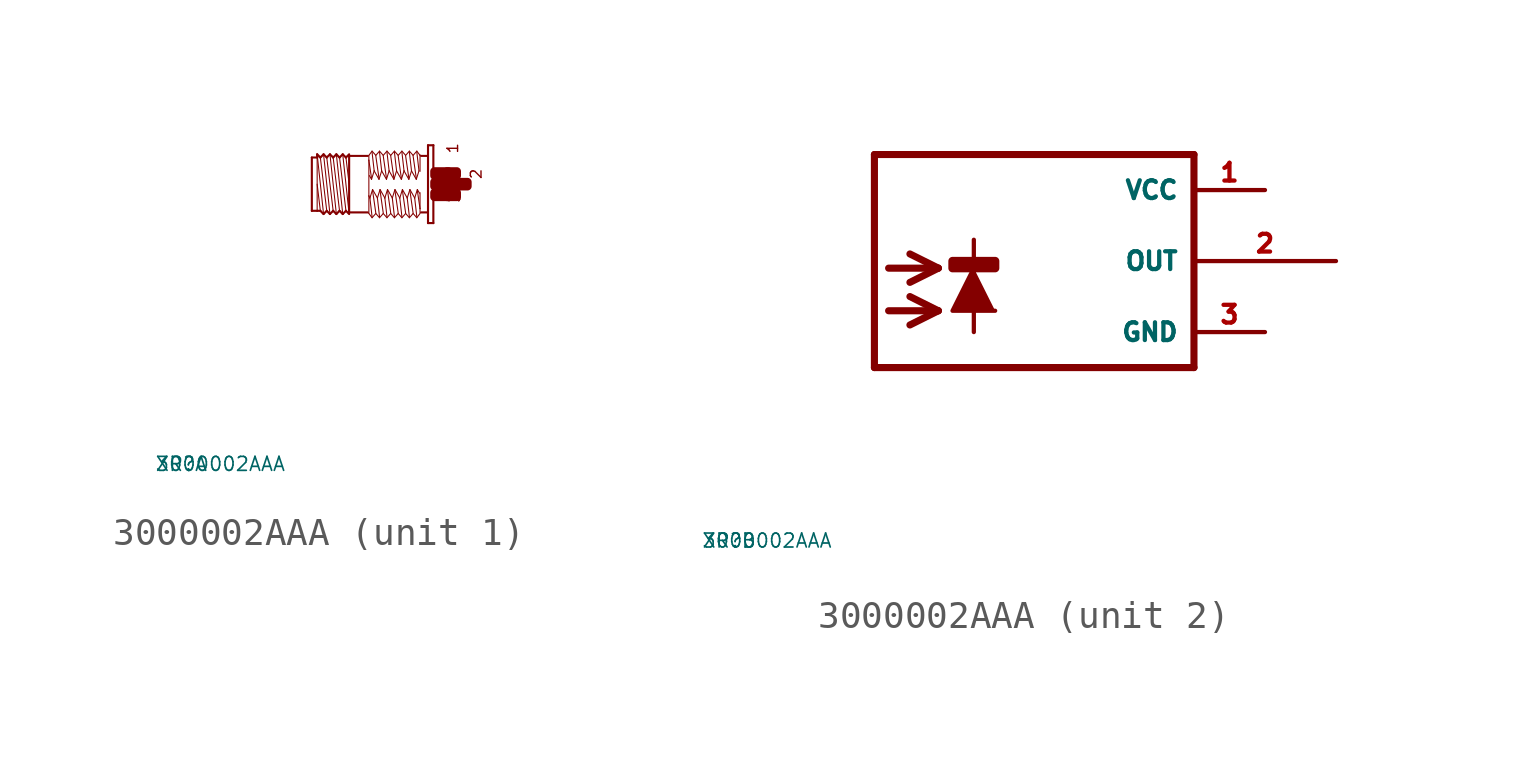
<source format=kicad_sym>
(kicad_symbol_lib
  (version 20220914)
  (generator Eagle2Kicad)
  (symbol "3000002AAA"
    (property "Reference" "XR"
      (at -10 -10 0)
      (effects (font (size 0.5 0.5) (thickness 0.06)) (justify left)))
    (property "Value" "3000002AAA"
      (at -10 -10 0)
      (effects (font (size 0.5 0.5) (thickness 0.06)) (justify left)))
    (symbol "3000002AAA_1_0"
      (polyline (pts (xy -3.048 -1.067) (xy -3.277 1.067)) (stroke (width 0.038) (type default)) (fill (type none)))
      (polyline (pts (xy -3.162 0.953) (xy -3.048 0)) (stroke (width 0.038) (type default)) (fill (type none)))
      (polyline (pts (xy -3.162 -0.953) (xy -3.391 0.953)) (stroke (width 0.038) (type default)) (fill (type none)))
      (polyline (pts (xy -3.277 -1.067) (xy -3.505 1.067)) (stroke (width 0.038) (type default)) (fill (type none)))
      (polyline (pts (xy -3.391 -0.953) (xy -3.619 0.953)) (stroke (width 0.038) (type default)) (fill (type none)))
      (polyline (pts (xy -3.505 -1.067) (xy -3.734 1.067)) (stroke (width 0.038) (type default)) (fill (type none)))
      (polyline (pts (xy -3.619 -0.953) (xy -3.848 0.953)) (stroke (width 0.038) (type default)) (fill (type none)))
      (polyline (pts (xy -3.734 -1.067) (xy -3.962 1.067)) (stroke (width 0.038) (type default)) (fill (type none)))
      (polyline (pts (xy -3.848 -0.953) (xy -4.077 0.953)) (stroke (width 0.038) (type default)) (fill (type none)))
      (polyline (pts (xy -3.962 -1.067) (xy -4.191 1.067)) (stroke (width 0.038) (type default)) (fill (type none)))
      (polyline (pts (xy -4.191 0) (xy -4.077 -0.953)) (stroke (width 0.038) (type default)) (fill (type none)))
      (polyline (pts (xy -4.191 1.029) (xy -4.191 0.953)) (stroke (width 0.038) (type default)) (fill (type none)))
      (polyline (pts (xy -4.191 0.953) (xy -4.191 -0.953)) (stroke (width 0.038) (type default)) (fill (type none)))
      (polyline (pts (xy -4.381 -0.953) (xy -4.381 0.953)) (stroke (width 0.076) (type default)) (fill (type none)))
      (polyline (pts (xy -4.381 0.953) (xy -4.191 0.953)) (stroke (width 0.076) (type default)) (fill (type none)))
      (polyline (pts (xy -4.191 0.953) (xy -4.191 1.067)) (stroke (width 0.076) (type default)) (fill (type none)))
      (polyline (pts (xy -4.191 1.067) (xy -4.077 0.953)) (stroke (width 0.076) (type default)) (fill (type none)))
      (polyline (pts (xy -4.077 0.953) (xy -3.962 1.067)) (stroke (width 0.076) (type default)) (fill (type none)))
      (polyline (pts (xy -3.962 1.067) (xy -3.848 0.953)) (stroke (width 0.076) (type default)) (fill (type none)))
      (polyline (pts (xy -3.848 0.953) (xy -3.734 1.067)) (stroke (width 0.076) (type default)) (fill (type none)))
      (polyline (pts (xy -3.734 1.067) (xy -3.619 0.953)) (stroke (width 0.076) (type default)) (fill (type none)))
      (polyline (pts (xy -3.619 0.953) (xy -3.505 1.067)) (stroke (width 0.076) (type default)) (fill (type none)))
      (polyline (pts (xy -3.277 1.067) (xy -3.162 0.953)) (stroke (width 0.076) (type default)) (fill (type none)))
      (polyline (pts (xy -3.162 0.953) (xy -3.048 1.067)) (stroke (width 0.076) (type default)) (fill (type none)))
      (polyline (pts (xy -3.048 -1.067) (xy -3.162 -0.953)) (stroke (width 0.076) (type default)) (fill (type none)))
      (polyline (pts (xy -3.162 -0.953) (xy -3.277 -1.067)) (stroke (width 0.076) (type default)) (fill (type none)))
      (polyline (pts (xy -3.277 -1.067) (xy -3.391 -0.953)) (stroke (width 0.076) (type default)) (fill (type none)))
      (polyline (pts (xy -3.391 -0.953) (xy -3.505 -1.067)) (stroke (width 0.076) (type default)) (fill (type none)))
      (polyline (pts (xy -3.505 -1.067) (xy -3.619 -0.953)) (stroke (width 0.076) (type default)) (fill (type none)))
      (polyline (pts (xy -3.619 -0.953) (xy -3.734 -1.067)) (stroke (width 0.076) (type default)) (fill (type none)))
      (polyline (pts (xy -3.734 -1.067) (xy -3.848 -0.953)) (stroke (width 0.076) (type default)) (fill (type none)))
      (polyline (pts (xy -3.848 -0.953) (xy -3.962 -1.067)) (stroke (width 0.076) (type default)) (fill (type none)))
      (polyline (pts (xy -3.962 -1.067) (xy -4.077 -0.953)) (stroke (width 0.076) (type default)) (fill (type none)))
      (polyline (pts (xy -4.077 -0.953) (xy -4.191 -0.953)) (stroke (width 0.076) (type default)) (fill (type none)))
      (polyline (pts (xy -4.191 -0.953) (xy -4.381 -0.953)) (stroke (width 0.076) (type default)) (fill (type none)))
      (polyline (pts (xy -3.048 1.029) (xy -3.048 1.01)) (stroke (width 0.076) (type default)) (fill (type none)))
      (polyline (pts (xy -3.048 1.01) (xy -3.048 -1.01)) (stroke (width 0.076) (type default)) (fill (type none)))
      (polyline (pts (xy -3.048 -1.01) (xy -3.048 -1.029)) (stroke (width 0.076) (type default)) (fill (type none)))
      (polyline (pts (xy -0.038 1.391) (xy -0.038 -1.391)) (stroke (width 0.076) (type default)) (fill (type none)))
      (polyline (pts (xy -0.038 -1.391) (xy -0.229 -1.391)) (stroke (width 0.076) (type default)) (fill (type none)))
      (polyline (pts (xy -0.229 -1.391) (xy -0.229 1.391)) (stroke (width 0.076) (type default)) (fill (type none)))
      (polyline (pts (xy -0.229 1.391) (xy -0.038 1.391)) (stroke (width 0.076) (type default)) (fill (type none)))
      (polyline (pts (xy -0.267 1.01) (xy -0.476 1.01)) (stroke (width 0.076) (type default)) (fill (type none)))
      (polyline (pts (xy -0.267 -1.01) (xy -0.476 -1.01)) (stroke (width 0.076) (type default)) (fill (type none)))
      (polyline (pts (xy -2.381 -1.01) (xy -3.048 -1.01)) (stroke (width 0.076) (type default)) (fill (type none)))
      (polyline (pts (xy -3.048 1.01) (xy -2.381 1.01)) (stroke (width 0.076) (type default)) (fill (type none)))
      (polyline (pts (xy -0.514 -1.048) (xy -0.629 -1.2)) (stroke (width 0.038) (type default)) (fill (type none)))
      (polyline (pts (xy -0.629 -1.2) (xy -0.762 -1.048)) (stroke (width 0.038) (type default)) (fill (type none)))
      (polyline (pts (xy -0.762 -1.048) (xy -0.895 -1.2)) (stroke (width 0.038) (type default)) (fill (type none)))
      (polyline (pts (xy -0.895 -1.2) (xy -1.029 -1.048)) (stroke (width 0.038) (type default)) (fill (type none)))
      (polyline (pts (xy -1.029 -1.048) (xy -1.162 -1.2)) (stroke (width 0.038) (type default)) (fill (type none)))
      (polyline (pts (xy -1.162 -1.2) (xy -1.295 -1.048)) (stroke (width 0.038) (type default)) (fill (type none)))
      (polyline (pts (xy -1.295 -1.048) (xy -1.429 -1.2)) (stroke (width 0.038) (type default)) (fill (type none)))
      (polyline (pts (xy -1.429 -1.2) (xy -1.562 -1.048)) (stroke (width 0.038) (type default)) (fill (type none)))
      (polyline (pts (xy -1.562 -1.048) (xy -1.696 -1.2)) (stroke (width 0.038) (type default)) (fill (type none)))
      (polyline (pts (xy -1.696 -1.2) (xy -1.829 -1.048)) (stroke (width 0.038) (type default)) (fill (type none)))
      (polyline (pts (xy -1.829 -1.048) (xy -1.962 -1.2)) (stroke (width 0.038) (type default)) (fill (type none)))
      (polyline (pts (xy -1.962 -1.2) (xy -2.095 -1.048)) (stroke (width 0.038) (type default)) (fill (type none)))
      (polyline (pts (xy -2.095 -1.048) (xy -2.229 -1.2)) (stroke (width 0.038) (type default)) (fill (type none)))
      (polyline (pts (xy -2.229 -1.2) (xy -2.343 -1.048)) (stroke (width 0.038) (type default)) (fill (type none)))
      (polyline (pts (xy -2.343 -1.048) (xy -2.343 -0.419)) (stroke (width 0.038) (type default)) (fill (type none)))
      (polyline (pts (xy -2.343 -0.419) (xy -2.343 0.857)) (stroke (width 0.038) (type default)) (fill (type none)))
      (polyline (pts (xy -2.343 0.857) (xy -2.343 1.029)) (stroke (width 0.038) (type default)) (fill (type none)))
      (polyline (pts (xy -0.514 1.048) (xy -0.514 1.029)) (stroke (width 0.038) (type default)) (fill (type none)))
      (polyline (pts (xy -0.514 1.029) (xy -0.514 0.457)) (stroke (width 0.038) (type default)) (fill (type none)))
      (polyline (pts (xy -0.514 -0.305) (xy -0.514 -0.876)) (stroke (width 0.038) (type default)) (fill (type none)))
      (polyline (pts (xy -0.514 -0.876) (xy -0.514 -1.029)) (stroke (width 0.038) (type default)) (fill (type none)))
      (polyline (pts (xy -0.533 -0.324) (xy -0.61 -0.191)) (stroke (width 0.038) (type default)) (fill (type none)))
      (polyline (pts (xy -0.61 -0.191) (xy -0.705 -0.495)) (stroke (width 0.038) (type default)) (fill (type none)))
      (polyline (pts (xy -0.705 -0.495) (xy -0.876 -0.191)) (stroke (width 0.038) (type default)) (fill (type none)))
      (polyline (pts (xy -0.876 -0.191) (xy -0.972 -0.495)) (stroke (width 0.038) (type default)) (fill (type none)))
      (polyline (pts (xy -0.972 -0.495) (xy -1.143 -0.191)) (stroke (width 0.038) (type default)) (fill (type none)))
      (polyline (pts (xy -1.143 -0.191) (xy -1.238 -0.495)) (stroke (width 0.038) (type default)) (fill (type none)))
      (polyline (pts (xy -1.238 -0.495) (xy -1.41 -0.191)) (stroke (width 0.038) (type default)) (fill (type none)))
      (polyline (pts (xy -1.41 -0.191) (xy -1.505 -0.495)) (stroke (width 0.038) (type default)) (fill (type none)))
      (polyline (pts (xy -1.505 -0.495) (xy -1.676 -0.191)) (stroke (width 0.038) (type default)) (fill (type none)))
      (polyline (pts (xy -1.676 -0.191) (xy -1.772 -0.495)) (stroke (width 0.038) (type default)) (fill (type none)))
      (polyline (pts (xy -1.772 -0.495) (xy -1.943 -0.191)) (stroke (width 0.038) (type default)) (fill (type none)))
      (polyline (pts (xy -1.943 -0.191) (xy -2.038 -0.495)) (stroke (width 0.038) (type default)) (fill (type none)))
      (polyline (pts (xy -2.038 -0.495) (xy -2.21 -0.191)) (stroke (width 0.038) (type default)) (fill (type none)))
      (polyline (pts (xy -2.21 -0.191) (xy -2.305 -0.495)) (stroke (width 0.038) (type default)) (fill (type none)))
      (polyline (pts (xy -2.305 -0.495) (xy -2.343 -0.419)) (stroke (width 0.038) (type default)) (fill (type none)))
      (polyline (pts (xy -2.229 -1.162) (xy -2.305 -0.495)) (stroke (width 0.038) (type default)) (fill (type none)))
      (polyline (pts (xy -2.095 -1.029) (xy -2.21 -0.229)) (stroke (width 0.038) (type default)) (fill (type none)))
      (polyline (pts (xy -1.962 -1.162) (xy -2.038 -0.495)) (stroke (width 0.038) (type default)) (fill (type none)))
      (polyline (pts (xy -1.829 -1.029) (xy -1.943 -0.229)) (stroke (width 0.038) (type default)) (fill (type none)))
      (polyline (pts (xy -1.562 -1.029) (xy -1.676 -0.229)) (stroke (width 0.038) (type default)) (fill (type none)))
      (polyline (pts (xy -1.429 -1.162) (xy -1.505 -0.495)) (stroke (width 0.038) (type default)) (fill (type none)))
      (polyline (pts (xy -1.295 -1.029) (xy -1.41 -0.229)) (stroke (width 0.038) (type default)) (fill (type none)))
      (polyline (pts (xy -1.162 -1.162) (xy -1.238 -0.495)) (stroke (width 0.038) (type default)) (fill (type none)))
      (polyline (pts (xy -1.029 -1.029) (xy -1.143 -0.229)) (stroke (width 0.038) (type default)) (fill (type none)))
      (polyline (pts (xy -0.895 -1.162) (xy -0.972 -0.495)) (stroke (width 0.038) (type default)) (fill (type none)))
      (polyline (pts (xy -0.762 -1.029) (xy -0.876 -0.229)) (stroke (width 0.038) (type default)) (fill (type none)))
      (polyline (pts (xy -0.629 -1.162) (xy -0.705 -0.495)) (stroke (width 0.038) (type default)) (fill (type none)))
      (polyline (pts (xy -0.514 -0.876) (xy -0.61 -0.229)) (stroke (width 0.038) (type default)) (fill (type none)))
      (polyline (pts (xy -2.343 1.029) (xy -2.229 1.181)) (stroke (width 0.038) (type default)) (fill (type none)))
      (polyline (pts (xy -2.229 1.181) (xy -2.095 1.029)) (stroke (width 0.038) (type default)) (fill (type none)))
      (polyline (pts (xy -2.095 1.029) (xy -1.962 1.181)) (stroke (width 0.038) (type default)) (fill (type none)))
      (polyline (pts (xy -1.962 1.181) (xy -1.829 1.029)) (stroke (width 0.038) (type default)) (fill (type none)))
      (polyline (pts (xy -1.829 1.029) (xy -1.696 1.181)) (stroke (width 0.038) (type default)) (fill (type none)))
      (polyline (pts (xy -1.696 1.181) (xy -1.562 1.029)) (stroke (width 0.038) (type default)) (fill (type none)))
      (polyline (pts (xy -1.562 1.029) (xy -1.429 1.181)) (stroke (width 0.038) (type default)) (fill (type none)))
      (polyline (pts (xy -1.429 1.181) (xy -1.295 1.029)) (stroke (width 0.038) (type default)) (fill (type none)))
      (polyline (pts (xy -1.295 1.029) (xy -1.162 1.181)) (stroke (width 0.038) (type default)) (fill (type none)))
      (polyline (pts (xy -1.162 1.181) (xy -1.029 1.029)) (stroke (width 0.038) (type default)) (fill (type none)))
      (polyline (pts (xy -1.029 1.029) (xy -0.895 1.181)) (stroke (width 0.038) (type default)) (fill (type none)))
      (polyline (pts (xy -0.895 1.181) (xy -0.762 1.029)) (stroke (width 0.038) (type default)) (fill (type none)))
      (polyline (pts (xy -0.762 1.029) (xy -0.629 1.181)) (stroke (width 0.038) (type default)) (fill (type none)))
      (polyline (pts (xy -0.629 1.181) (xy -0.514 1.029)) (stroke (width 0.038) (type default)) (fill (type none)))
      (polyline (pts (xy -2.324 0.305) (xy -2.248 0.172)) (stroke (width 0.038) (type default)) (fill (type none)))
      (polyline (pts (xy -2.248 0.172) (xy -2.153 0.476)) (stroke (width 0.038) (type default)) (fill (type none)))
      (polyline (pts (xy -2.153 0.476) (xy -1.981 0.172)) (stroke (width 0.038) (type default)) (fill (type none)))
      (polyline (pts (xy -1.981 0.172) (xy -1.886 0.476)) (stroke (width 0.038) (type default)) (fill (type none)))
      (polyline (pts (xy -1.886 0.476) (xy -1.714 0.172)) (stroke (width 0.038) (type default)) (fill (type none)))
      (polyline (pts (xy -1.714 0.172) (xy -1.619 0.476)) (stroke (width 0.038) (type default)) (fill (type none)))
      (polyline (pts (xy -1.619 0.476) (xy -1.448 0.172)) (stroke (width 0.038) (type default)) (fill (type none)))
      (polyline (pts (xy -1.448 0.172) (xy -1.353 0.476)) (stroke (width 0.038) (type default)) (fill (type none)))
      (polyline (pts (xy -1.353 0.476) (xy -1.181 0.172)) (stroke (width 0.038) (type default)) (fill (type none)))
      (polyline (pts (xy -1.181 0.172) (xy -1.086 0.476)) (stroke (width 0.038) (type default)) (fill (type none)))
      (polyline (pts (xy -1.086 0.476) (xy -0.914 0.172)) (stroke (width 0.038) (type default)) (fill (type none)))
      (polyline (pts (xy -0.914 0.172) (xy -0.819 0.476)) (stroke (width 0.038) (type default)) (fill (type none)))
      (polyline (pts (xy -0.819 0.476) (xy -0.648 0.172)) (stroke (width 0.038) (type default)) (fill (type none)))
      (polyline (pts (xy -0.648 0.172) (xy -0.552 0.476)) (stroke (width 0.038) (type default)) (fill (type none)))
      (polyline (pts (xy -0.629 1.143) (xy -0.552 0.476)) (stroke (width 0.038) (type default)) (fill (type none)))
      (polyline (pts (xy -0.762 1.01) (xy -0.648 0.21)) (stroke (width 0.038) (type default)) (fill (type none)))
      (polyline (pts (xy -0.895 1.143) (xy -0.819 0.476)) (stroke (width 0.038) (type default)) (fill (type none)))
      (polyline (pts (xy -1.029 1.01) (xy -0.914 0.21)) (stroke (width 0.038) (type default)) (fill (type none)))
      (polyline (pts (xy -1.162 1.143) (xy -1.086 0.476)) (stroke (width 0.038) (type default)) (fill (type none)))
      (polyline (pts (xy -1.295 1.01) (xy -1.181 0.21)) (stroke (width 0.038) (type default)) (fill (type none)))
      (polyline (pts (xy -1.429 1.143) (xy -1.353 0.476)) (stroke (width 0.038) (type default)) (fill (type none)))
      (polyline (pts (xy -1.562 1.01) (xy -1.448 0.21)) (stroke (width 0.038) (type default)) (fill (type none)))
      (polyline (pts (xy -1.696 1.143) (xy -1.619 0.476)) (stroke (width 0.038) (type default)) (fill (type none)))
      (polyline (pts (xy -1.829 1.01) (xy -1.714 0.21)) (stroke (width 0.038) (type default)) (fill (type none)))
      (polyline (pts (xy -1.962 1.143) (xy -1.886 0.476)) (stroke (width 0.038) (type default)) (fill (type none)))
      (polyline (pts (xy -2.095 1.01) (xy -1.981 0.21)) (stroke (width 0.038) (type default)) (fill (type none)))
      (polyline (pts (xy -2.229 1.143) (xy -2.153 0.476)) (stroke (width 0.038) (type default)) (fill (type none)))
      (polyline (pts (xy -2.343 0.857) (xy -2.248 0.21)) (stroke (width 0.038) (type default)) (fill (type none)))
      (polyline (pts (xy -1.696 -1.162) (xy -1.772 -0.495)) (stroke (width 0.038) (type default)) (fill (type none)))
      (polyline (pts (xy -3.277 1.067) (xy -3.391 0.953)) (stroke (width 0.076) (type default)) (fill (type none)))
      (polyline (pts (xy -3.391 0.953) (xy -3.505 1.067)) (stroke (width 0.076) (type default)) (fill (type none)))
      (text "1" (at 0.876 1.067 1800) (effects (font (size 0.381 0.381) (thickness 0.05)) (justify left bottom)))
      (text "3" (at 0.953 -0.686 1800) (effects (font (size 0.381 0.381) (thickness 0.05)) (justify left bottom)))
      (text "2" (at 1.714 0.152 1800) (effects (font (size 0.381 0.381) (thickness 0.05)) (justify left bottom)))
      (rectangle (start 0 -0.457) (end 0.495 -0.305) (stroke (width 0.3) (type default)) (fill (type outline)))
      (rectangle (start 0 -0.076) (end 0.876 0.076) (stroke (width 0.3) (type default)) (fill (type outline)))
      (rectangle (start 0.457 -0.457) (end 0.8 -0.305) (stroke (width 0.3) (type default)) (fill (type outline)))
      (rectangle (start 0.838 -0.076) (end 1.181 0.076) (stroke (width 0.3) (type default)) (fill (type outline)))
      (rectangle (start 0.457 0.305) (end 0.8 0.457) (stroke (width 0.3) (type default)) (fill (type outline)))
      (rectangle (start 0 0.305) (end 0.495 0.457) (stroke (width 0.3) (type default)) (fill (type outline))))
    (symbol "3000002AAA_2_0"
      (polyline (pts (xy -0.254 -0.254) (xy -1.016 -1.778) (xy 0.508 -1.778)) (stroke (width 0.152) (type default)) (fill (type outline)))
      (polyline (pts (xy -3.302 -0.254) (xy -1.524 -0.254)) (stroke (width 0.254) (type default)) (fill (type none)))
      (polyline (pts (xy -1.524 -0.254) (xy -2.54 -0.762)) (stroke (width 0.254) (type default)) (fill (type none)))
      (polyline (pts (xy -1.524 -0.254) (xy -2.54 0.254)) (stroke (width 0.254) (type default)) (fill (type none)))
      (polyline (pts (xy -3.302 -1.778) (xy -1.524 -1.778)) (stroke (width 0.254) (type default)) (fill (type none)))
      (polyline (pts (xy -1.524 -1.778) (xy -2.54 -2.286)) (stroke (width 0.254) (type default)) (fill (type none)))
      (polyline (pts (xy -1.524 -1.778) (xy -2.54 -1.27)) (stroke (width 0.254) (type default)) (fill (type none)))
      (polyline (pts (xy -0.254 0.762) (xy -0.254 -2.54)) (stroke (width 0.152) (type default)) (fill (type none)))
      (polyline (pts (xy 7.62 3.81) (xy -3.81 3.81)) (stroke (width 0.254) (type default)) (fill (type none)))
      (polyline (pts (xy -3.81 3.81) (xy -3.81 -3.81)) (stroke (width 0.254) (type default)) (fill (type none)))
      (polyline (pts (xy -3.81 -3.81) (xy 7.62 -3.81)) (stroke (width 0.254) (type default)) (fill (type none)))
      (polyline (pts (xy 7.62 -3.81) (xy 7.62 3.81)) (stroke (width 0.254) (type default)) (fill (type none)))
      (rectangle (start -1.016 -0.254) (end 0.508 0) (stroke (width 0.3) (type default)) (fill (type outline)))
      (pin unspecified line (at 10.16 2.54 180) (length 2.54) (name "VCC" (effects (font (size 0.635 0.635) (thickness 0.08)) (justify left bottom))) (number "1" (effects (font (size 0.635 0.635) (thickness 0.08)) (justify left bottom))))
      (pin unspecified line (at 10.16 -2.54 180) (length 2.54) (name "GND" (effects (font (size 0.635 0.635) (thickness 0.08)) (justify left bottom))) (number "3" (effects (font (size 0.635 0.635) (thickness 0.08)) (justify left bottom))))
      (pin output line (at 12.7 0 180) (length 5.08) (name "OUT" (effects (font (size 0.635 0.635) (thickness 0.08)) (justify left bottom))) (number "2" (effects (font (size 0.635 0.635) (thickness 0.08)) (justify left bottom)))))))
</source>
